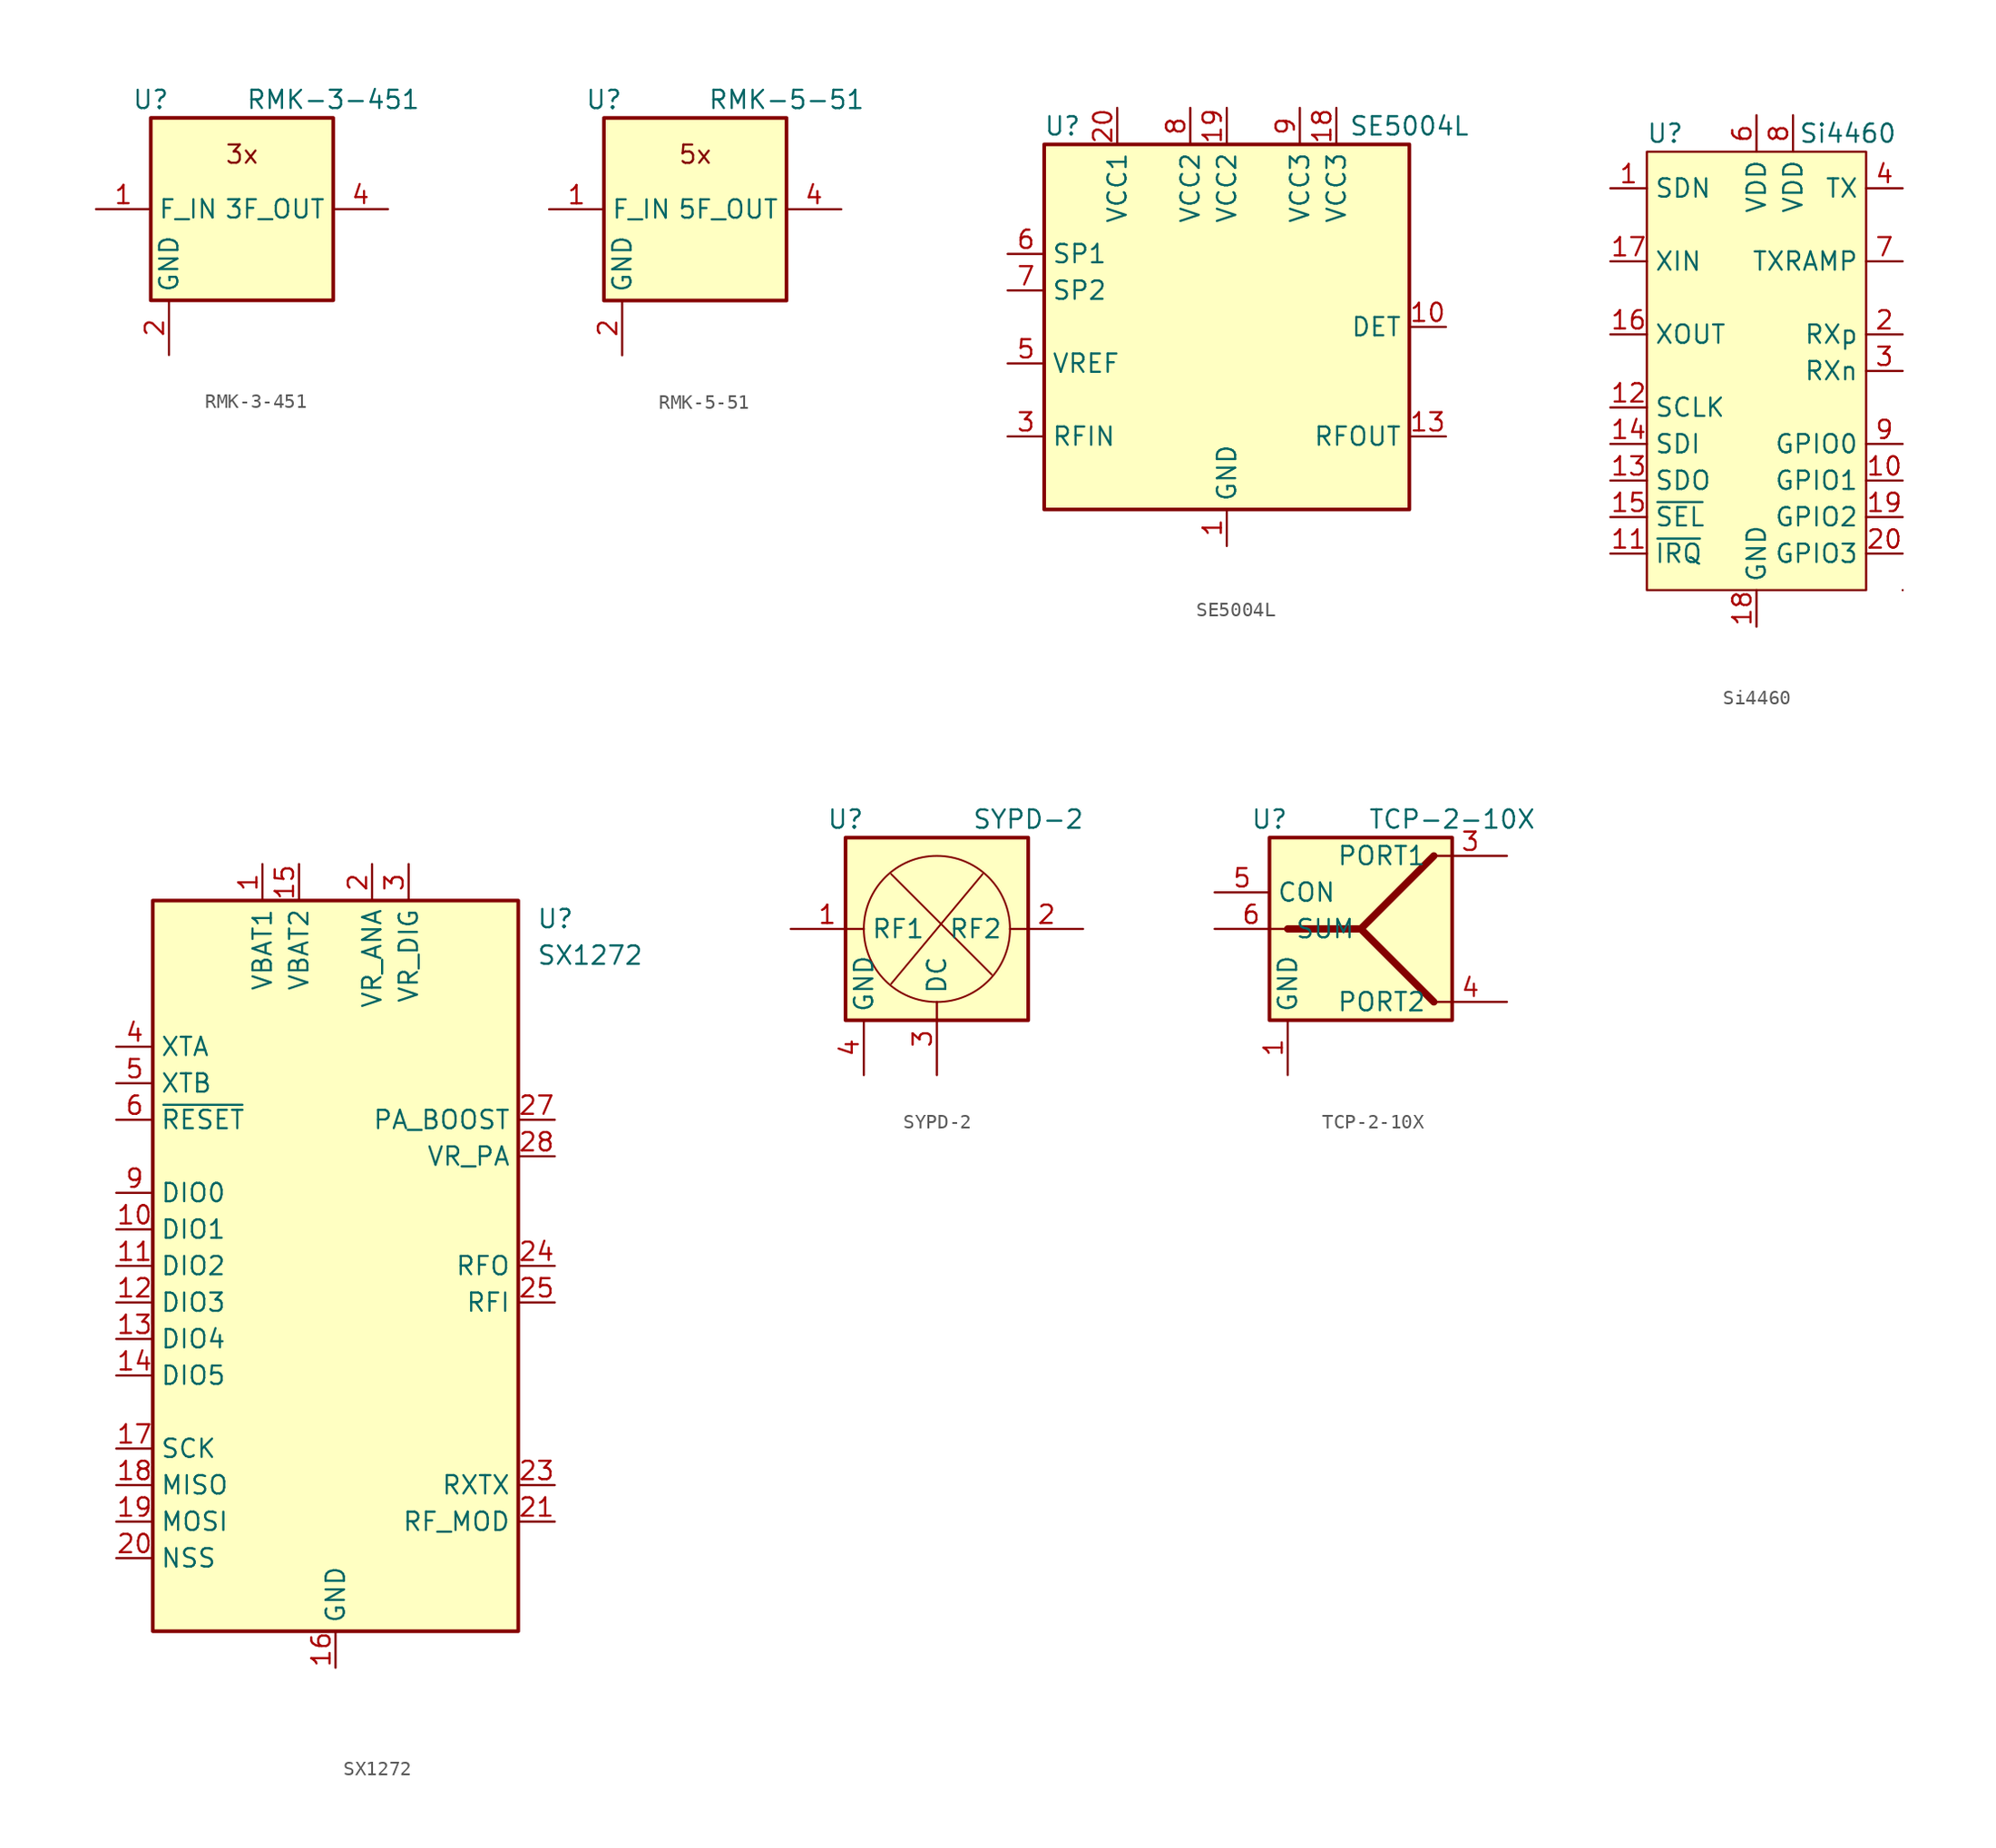
<source format=kicad_sym>
(kicad_symbol_lib
  (version 20241209)
  (generator "kicad_symbol_editor")
  (generator_version "9.0")
  (symbol "RMK-3-451"
    (property "Reference" "U"
      (at -6.35 7.62 0)
      (effects (font (size 1.27 1.27))))
    (property "Value" "RMK-3-451"
      (at 6.35 7.62 0)
      (effects (font (size 1.27 1.27))))
    (symbol "RMK-3-451_0_0"
      (text "3x" (at 0 3.81 0) (effects (font (size 1.27 1.27)))))
    (symbol "RMK-3-451_0_1"
      (rectangle (start -6.35 6.35) (end 6.35 -6.35) (stroke (width 0.254) (type default)) (fill (type background))))
    (symbol "RMK-3-451_1_1"
      (pin input line (at -10.16 0 0) (length 3.81) (name "F_IN" (effects (font (size 1.27 1.27)))) (number "1" (effects (font (size 1.27 1.27)))))
      (pin power_in line (at -5.08 -10.16 90) (length 3.81) (name "GND" (effects (font (size 1.27 1.27)))) (number "2" (effects (font (size 1.27 1.27)))))
      (pin passive line (at -5.08 -10.16 90) (length 3.81) (hide yes) (name "GND" (effects (font (size 1.27 1.27)))) (number "3" (effects (font (size 1.27 1.27)))))
      (pin passive line (at -5.08 -10.16 90) (length 3.81) (hide yes) (name "GND" (effects (font (size 1.27 1.27)))) (number "5" (effects (font (size 1.27 1.27)))))
      (pin passive line (at -5.08 -10.16 90) (length 3.81) (hide yes) (name "GND" (effects (font (size 1.27 1.27)))) (number "6" (effects (font (size 1.27 1.27)))))
      (pin output line (at 10.16 0 180) (length 3.81) (name "3F_OUT" (effects (font (size 1.27 1.27)))) (number "4" (effects (font (size 1.27 1.27)))))))
  (symbol "RMK-5-51"
    (property "Reference" "U"
      (at -6.35 7.62 0)
      (effects (font (size 1.27 1.27))))
    (property "Value" "RMK-5-51"
      (at 6.35 7.62 0)
      (effects (font (size 1.27 1.27))))
    (symbol "RMK-5-51_0_0"
      (text "5x" (at 0 3.81 0) (effects (font (size 1.27 1.27)))))
    (symbol "RMK-5-51_0_1"
      (rectangle (start -6.35 6.35) (end 6.35 -6.35) (stroke (width 0.254) (type default)) (fill (type background))))
    (symbol "RMK-5-51_1_1"
      (pin input line (at -10.16 0 0) (length 3.81) (name "F_IN" (effects (font (size 1.27 1.27)))) (number "1" (effects (font (size 1.27 1.27)))))
      (pin power_in line (at -5.08 -10.16 90) (length 3.81) (name "GND" (effects (font (size 1.27 1.27)))) (number "2" (effects (font (size 1.27 1.27)))))
      (pin passive line (at -5.08 -10.16 90) (length 3.81) (hide yes) (name "GND" (effects (font (size 1.27 1.27)))) (number "3" (effects (font (size 1.27 1.27)))))
      (pin passive line (at -5.08 -10.16 90) (length 3.81) (hide yes) (name "GND" (effects (font (size 1.27 1.27)))) (number "5" (effects (font (size 1.27 1.27)))))
      (pin passive line (at -5.08 -10.16 90) (length 3.81) (hide yes) (name "GND" (effects (font (size 1.27 1.27)))) (number "6" (effects (font (size 1.27 1.27)))))
      (pin output line (at 10.16 0 180) (length 3.81) (name "5F_OUT" (effects (font (size 1.27 1.27)))) (number "4" (effects (font (size 1.27 1.27)))))))
  (symbol "SE5004L"
    (property "Reference" "U"
      (at -11.43 13.97 0)
      (effects (font (size 1.27 1.27))))
    (property "Value" "SE5004L"
      (at 12.7 13.97 0)
      (effects (font (size 1.27 1.27))))
    (symbol "SE5004L_0_1"
      (rectangle (start -12.7 12.7) (end 12.7 -12.7) (stroke (width 0.254) (type default)) (fill (type background))))
    (symbol "SE5004L_1_1"
      (pin passive line (at -15.24 5.08 0) (length 2.54) (name "SP1" (effects (font (size 1.27 1.27)))) (number "6" (effects (font (size 1.27 1.27)))))
      (pin passive line (at -15.24 2.54 0) (length 2.54) (name "SP2" (effects (font (size 1.27 1.27)))) (number "7" (effects (font (size 1.27 1.27)))))
      (pin input line (at -15.24 -2.54 0) (length 2.54) (name "VREF" (effects (font (size 1.27 1.27)))) (number "5" (effects (font (size 1.27 1.27)))))
      (pin input line (at -15.24 -7.62 0) (length 2.54) (name "RFIN" (effects (font (size 1.27 1.27)))) (number "3" (effects (font (size 1.27 1.27)))))
      (pin power_in line (at -7.62 15.24 270) (length 2.54) (name "VCC1" (effects (font (size 1.27 1.27)))) (number "20" (effects (font (size 1.27 1.27)))))
      (pin power_in line (at -2.54 15.24 270) (length 2.54) (name "VCC2" (effects (font (size 1.27 1.27)))) (number "8" (effects (font (size 1.27 1.27)))))
      (pin power_in line (at 0 15.24 270) (length 2.54) (name "VCC2" (effects (font (size 1.27 1.27)))) (number "19" (effects (font (size 1.27 1.27)))))
      (pin power_in line (at 0 -15.24 90) (length 2.54) (name "GND" (effects (font (size 1.27 1.27)))) (number "1" (effects (font (size 1.27 1.27)))))
      (pin passive line (at 0 -15.24 90) (length 2.54) (hide yes) (name "GND" (effects (font (size 1.27 1.27)))) (number "11" (effects (font (size 1.27 1.27)))))
      (pin passive line (at 0 -15.24 90) (length 2.54) (hide yes) (name "GND" (effects (font (size 1.27 1.27)))) (number "12" (effects (font (size 1.27 1.27)))))
      (pin passive line (at 0 -15.24 90) (length 2.54) (hide yes) (name "GND" (effects (font (size 1.27 1.27)))) (number "14" (effects (font (size 1.27 1.27)))))
      (pin passive line (at 0 -15.24 90) (length 2.54) (hide yes) (name "GND" (effects (font (size 1.27 1.27)))) (number "15" (effects (font (size 1.27 1.27)))))
      (pin passive line (at 0 -15.24 90) (length 2.54) (hide yes) (name "GND" (effects (font (size 1.27 1.27)))) (number "16" (effects (font (size 1.27 1.27)))))
      (pin passive line (at 0 -15.24 90) (length 2.54) (hide yes) (name "GND" (effects (font (size 1.27 1.27)))) (number "17" (effects (font (size 1.27 1.27)))))
      (pin passive line (at 0 -15.24 90) (length 2.54) (hide yes) (name "GND" (effects (font (size 1.27 1.27)))) (number "2" (effects (font (size 1.27 1.27)))))
      (pin passive line (at 0 -15.24 90) (length 2.54) (hide yes) (name "GND" (effects (font (size 1.27 1.27)))) (number "21" (effects (font (size 1.27 1.27)))))
      (pin passive line (at 0 -15.24 90) (length 2.54) (hide yes) (name "GND" (effects (font (size 1.27 1.27)))) (number "4" (effects (font (size 1.27 1.27)))))
      (pin power_in line (at 5.08 15.24 270) (length 2.54) (name "VCC3" (effects (font (size 1.27 1.27)))) (number "9" (effects (font (size 1.27 1.27)))))
      (pin power_in line (at 7.62 15.24 270) (length 2.54) (name "VCC3" (effects (font (size 1.27 1.27)))) (number "18" (effects (font (size 1.27 1.27)))))
      (pin output line (at 15.24 0 180) (length 2.54) (name "DET" (effects (font (size 1.27 1.27)))) (number "10" (effects (font (size 1.27 1.27)))))
      (pin output line (at 15.24 -7.62 180) (length 2.54) (name "RFOUT" (effects (font (size 1.27 1.27)))) (number "13" (effects (font (size 1.27 1.27)))))))
  (symbol "Si4460"
    (property "Reference" "U"
      (at -6.35 16.51 0)
      (effects (font (size 1.27 1.27))))
    (property "Value" "Si4460"
      (at 6.35 16.51 0)
      (effects (font (size 1.27 1.27))))
    (symbol "Si4460_0_1"
      (rectangle (start -7.62 15.24) (end 7.62 -15.24) (stroke (width 0) (type default)) (fill (type background)))
      (rectangle (start 10.16 -15.24) (end 10.16 -15.24) (stroke (width 0) (type default)) (fill (type none))))
    (symbol "Si4460_1_1"
      (pin input line (at -10.16 12.7 0) (length 2.54) (name "SDN" (effects (font (size 1.27 1.27)))) (number "1" (effects (font (size 1.27 1.27)))))
      (pin input line (at -10.16 7.62 0) (length 2.54) (name "XIN" (effects (font (size 1.27 1.27)))) (number "17" (effects (font (size 1.27 1.27)))))
      (pin passive line (at -10.16 2.54 0) (length 2.54) (name "XOUT" (effects (font (size 1.27 1.27)))) (number "16" (effects (font (size 1.27 1.27)))))
      (pin input line (at -10.16 -2.54 0) (length 2.54) (name "SCLK" (effects (font (size 1.27 1.27)))) (number "12" (effects (font (size 1.27 1.27)))))
      (pin input line (at -10.16 -5.08 0) (length 2.54) (name "SDI" (effects (font (size 1.27 1.27)))) (number "14" (effects (font (size 1.27 1.27)))))
      (pin output line (at -10.16 -7.62 0) (length 2.54) (name "SDO" (effects (font (size 1.27 1.27)))) (number "13" (effects (font (size 1.27 1.27)))))
      (pin input line (at -10.16 -10.16 0) (length 2.54) (name "~{SEL}" (effects (font (size 1.27 1.27)))) (number "15" (effects (font (size 1.27 1.27)))))
      (pin open_collector line (at -10.16 -12.7 0) (length 2.54) (name "~{IRQ}" (effects (font (size 1.27 1.27)))) (number "11" (effects (font (size 1.27 1.27)))))
      (pin power_in line (at 0 17.78 270) (length 2.54) (name "VDD" (effects (font (size 1.27 1.27)))) (number "6" (effects (font (size 1.27 1.27)))))
      (pin power_in line (at 0 -17.78 90) (length 2.54) (name "GND" (effects (font (size 1.27 1.27)))) (number "18" (effects (font (size 1.27 1.27)))))
      (pin passive line (at 0 -17.78 90) (length 2.54) (hide yes) (name "GND" (effects (font (size 1.27 1.27)))) (number "21" (effects (font (size 1.27 1.27)))))
      (pin power_in line (at 2.54 17.78 270) (length 2.54) (name "VDD" (effects (font (size 1.27 1.27)))) (number "8" (effects (font (size 1.27 1.27)))))
      (pin no_connect line (at 7.62 -15.24 180) (length 2.54) (hide yes) (name "NC" (effects (font (size 1.27 1.27)))) (number "5" (effects (font (size 1.27 1.27)))))
      (pin output line (at 10.16 12.7 180) (length 2.54) (name "TX" (effects (font (size 1.27 1.27)))) (number "4" (effects (font (size 1.27 1.27)))))
      (pin output line (at 10.16 7.62 180) (length 2.54) (name "TXRAMP" (effects (font (size 1.27 1.27)))) (number "7" (effects (font (size 1.27 1.27)))))
      (pin input line (at 10.16 2.54 180) (length 2.54) (name "RXp" (effects (font (size 1.27 1.27)))) (number "2" (effects (font (size 1.27 1.27)))))
      (pin input line (at 10.16 0 180) (length 2.54) (name "RXn" (effects (font (size 1.27 1.27)))) (number "3" (effects (font (size 1.27 1.27)))))
      (pin bidirectional line (at 10.16 -5.08 180) (length 2.54) (name "GPIO0" (effects (font (size 1.27 1.27)))) (number "9" (effects (font (size 1.27 1.27)))))
      (pin bidirectional line (at 10.16 -7.62 180) (length 2.54) (name "GPIO1" (effects (font (size 1.27 1.27)))) (number "10" (effects (font (size 1.27 1.27)))))
      (pin bidirectional line (at 10.16 -10.16 180) (length 2.54) (name "GPIO2" (effects (font (size 1.27 1.27)))) (number "19" (effects (font (size 1.27 1.27)))))
      (pin bidirectional line (at 10.16 -12.7 180) (length 2.54) (name "GPIO3" (effects (font (size 1.27 1.27)))) (number "20" (effects (font (size 1.27 1.27)))))))
  (symbol "SX1272"
    (property "Reference" "U"
      (at 13.97 24.13 0)
      (effects (font (size 1.27 1.27)) (justify left)))
    (property "Value" "SX1272"
      (at 13.97 21.59 0)
      (effects (font (size 1.27 1.27)) (justify left)))
    (symbol "SX1272_0_1"
      (rectangle (start -12.7 25.4) (end 12.7 -25.4) (stroke (width 0.254) (type default)) (fill (type background))))
    (symbol "SX1272_1_1"
      (pin bidirectional line (at -15.24 15.24 0) (length 2.54) (name "XTA" (effects (font (size 1.27 1.27)))) (number "4" (effects (font (size 1.27 1.27)))))
      (pin bidirectional line (at -15.24 12.7 0) (length 2.54) (name "XTB" (effects (font (size 1.27 1.27)))) (number "5" (effects (font (size 1.27 1.27)))))
      (pin input line (at -15.24 10.16 0) (length 2.54) (name "~{RESET}" (effects (font (size 1.27 1.27)))) (number "6" (effects (font (size 1.27 1.27)))))
      (pin bidirectional line (at -15.24 5.08 0) (length 2.54) (name "DIO0" (effects (font (size 1.27 1.27)))) (number "9" (effects (font (size 1.27 1.27)))))
      (pin bidirectional line (at -15.24 2.54 0) (length 2.54) (name "DIO1" (effects (font (size 1.27 1.27)))) (number "10" (effects (font (size 1.27 1.27)))))
      (pin bidirectional line (at -15.24 0 0) (length 2.54) (name "DIO2" (effects (font (size 1.27 1.27)))) (number "11" (effects (font (size 1.27 1.27)))))
      (pin bidirectional line (at -15.24 -2.54 0) (length 2.54) (name "DIO3" (effects (font (size 1.27 1.27)))) (number "12" (effects (font (size 1.27 1.27)))))
      (pin bidirectional line (at -15.24 -5.08 0) (length 2.54) (name "DIO4" (effects (font (size 1.27 1.27)))) (number "13" (effects (font (size 1.27 1.27)))))
      (pin bidirectional line (at -15.24 -7.62 0) (length 2.54) (name "DIO5" (effects (font (size 1.27 1.27)))) (number "14" (effects (font (size 1.27 1.27)))))
      (pin input line (at -15.24 -12.7 0) (length 2.54) (name "SCK" (effects (font (size 1.27 1.27)))) (number "17" (effects (font (size 1.27 1.27)))))
      (pin output line (at -15.24 -15.24 0) (length 2.54) (name "MISO" (effects (font (size 1.27 1.27)))) (number "18" (effects (font (size 1.27 1.27)))))
      (pin input line (at -15.24 -17.78 0) (length 2.54) (name "MOSI" (effects (font (size 1.27 1.27)))) (number "19" (effects (font (size 1.27 1.27)))))
      (pin input line (at -15.24 -20.32 0) (length 2.54) (name "NSS" (effects (font (size 1.27 1.27)))) (number "20" (effects (font (size 1.27 1.27)))))
      (pin power_in line (at -5.08 27.94 270) (length 2.54) (name "VBAT1" (effects (font (size 1.27 1.27)))) (number "1" (effects (font (size 1.27 1.27)))))
      (pin power_in line (at -2.54 27.94 270) (length 2.54) (name "VBAT2" (effects (font (size 1.27 1.27)))) (number "15" (effects (font (size 1.27 1.27)))))
      (pin power_in line (at 0 -27.94 90) (length 2.54) (name "GND" (effects (font (size 1.27 1.27)))) (number "16" (effects (font (size 1.27 1.27)))))
      (pin passive line (at 0 -27.94 90) (length 2.54) (hide yes) (name "GND" (effects (font (size 1.27 1.27)))) (number "22" (effects (font (size 1.27 1.27)))))
      (pin passive line (at 0 -27.94 90) (length 2.54) (hide yes) (name "GND" (effects (font (size 1.27 1.27)))) (number "26" (effects (font (size 1.27 1.27)))))
      (pin passive line (at 0 -27.94 90) (length 2.54) (hide yes) (name "GND" (effects (font (size 1.27 1.27)))) (number "29" (effects (font (size 1.27 1.27)))))
      (pin power_in line (at 2.54 27.94 270) (length 2.54) (name "VR_ANA" (effects (font (size 1.27 1.27)))) (number "2" (effects (font (size 1.27 1.27)))))
      (pin power_in line (at 5.08 27.94 270) (length 2.54) (name "VR_DIG" (effects (font (size 1.27 1.27)))) (number "3" (effects (font (size 1.27 1.27)))))
      (pin no_connect line (at 12.7 -5.08 180) (length 2.54) (hide yes) (name "NC" (effects (font (size 1.27 1.27)))) (number "8" (effects (font (size 1.27 1.27)))))
      (pin no_connect line (at 12.7 -7.62 180) (length 2.54) (hide yes) (name "NC" (effects (font (size 1.27 1.27)))) (number "7" (effects (font (size 1.27 1.27)))))
      (pin power_out line (at 15.24 10.16 180) (length 2.54) (name "PA_BOOST" (effects (font (size 1.27 1.27)))) (number "27" (effects (font (size 1.27 1.27)))))
      (pin power_out line (at 15.24 7.62 180) (length 2.54) (name "VR_PA" (effects (font (size 1.27 1.27)))) (number "28" (effects (font (size 1.27 1.27)))))
      (pin output line (at 15.24 0 180) (length 2.54) (name "RFO" (effects (font (size 1.27 1.27)))) (number "24" (effects (font (size 1.27 1.27)))))
      (pin input line (at 15.24 -2.54 180) (length 2.54) (name "RFI" (effects (font (size 1.27 1.27)))) (number "25" (effects (font (size 1.27 1.27)))))
      (pin output line (at 15.24 -15.24 180) (length 2.54) (name "RXTX" (effects (font (size 1.27 1.27)))) (number "23" (effects (font (size 1.27 1.27)))))
      (pin output line (at 15.24 -17.78 180) (length 2.54) (name "RF_MOD" (effects (font (size 1.27 1.27)))) (number "21" (effects (font (size 1.27 1.27)))))))
  (symbol "SYPD-2"
    (property "Reference" "U"
      (at -6.35 7.62 0)
      (effects (font (size 1.27 1.27))))
    (property "Value" "SYPD-2"
      (at 6.35 7.62 0)
      (effects (font (size 1.27 1.27))))
    (symbol "SYPD-2_0_1"
      (rectangle (start -6.35 6.35) (end 6.35 -6.35) (stroke (width 0.254) (type default)) (fill (type background)))
      (polyline (pts (xy -3.175 -3.81) (xy 3.175 3.81)) (stroke (width 0.127) (type default)) (fill (type none)))
      (circle (center 0 0) (radius 5.08) (stroke (width 0.127) (type default)) (fill (type none)))
      (polyline (pts (xy 3.81 -3.175) (xy -3.175 3.81)) (stroke (width 0.127) (type default)) (fill (type none))))
    (symbol "SYPD-2_1_1"
      (pin input line (at -10.16 0 0) (length 5.08) (name "RF1" (effects (font (size 1.27 1.27)))) (number "1" (effects (font (size 1.27 1.27)))))
      (pin power_in line (at -5.08 -10.16 90) (length 3.81) (name "GND" (effects (font (size 1.27 1.27)))) (number "4" (effects (font (size 1.27 1.27)))))
      (pin passive line (at -5.08 -10.16 90) (length 3.81) (hide yes) (name "GND" (effects (font (size 1.27 1.27)))) (number "5" (effects (font (size 1.27 1.27)))))
      (pin passive line (at -5.08 -10.16 90) (length 3.81) (hide yes) (name "GND" (effects (font (size 1.27 1.27)))) (number "6" (effects (font (size 1.27 1.27)))))
      (pin output line (at 0 -10.16 90) (length 5.08) (name "DC" (effects (font (size 1.27 1.27)))) (number "3" (effects (font (size 1.27 1.27)))))
      (pin input line (at 10.16 0 180) (length 5.08) (name "RF2" (effects (font (size 1.27 1.27)))) (number "2" (effects (font (size 1.27 1.27)))))))
  (symbol "TCP-2-10X"
    (property "Reference" "U"
      (at -6.35 7.62 0)
      (effects (font (size 1.27 1.27))))
    (property "Value" "TCP-2-10X"
      (at 6.35 7.62 0)
      (effects (font (size 1.27 1.27))))
    (symbol "TCP-2-10X_0_1"
      (rectangle (start -6.35 6.35) (end 6.35 -6.35) (stroke (width 0.254) (type default)) (fill (type background)))
      (polyline (pts (xy -5.08 0) (xy 0 0) (xy 5.08 5.08)) (stroke (width 0.508) (type default)) (fill (type none)))
      (polyline (pts (xy 0 0) (xy 5.08 -5.08)) (stroke (width 0.508) (type default)) (fill (type none))))
    (symbol "TCP-2-10X_1_1"
      (pin passive line (at -10.16 2.54 0) (length 3.81) (hide yes) (name "CON" (effects (font (size 1.27 1.27)))) (number "2" (effects (font (size 1.27 1.27)))))
      (pin passive line (at -10.16 2.54 0) (length 3.81) (name "CON" (effects (font (size 1.27 1.27)))) (number "5" (effects (font (size 1.27 1.27)))))
      (pin passive line (at -10.16 0 0) (length 5.08) (name "SUM" (effects (font (size 1.27 1.27)))) (number "6" (effects (font (size 1.27 1.27)))))
      (pin passive line (at -5.08 -10.16 90) (length 3.81) (name "GND" (effects (font (size 1.27 1.27)))) (number "1" (effects (font (size 1.27 1.27)))))
      (pin passive line (at 10.16 5.08 180) (length 5.08) (name "PORT1" (effects (font (size 1.27 1.27)))) (number "3" (effects (font (size 1.27 1.27)))))
      (pin passive line (at 10.16 -5.08 180) (length 5.08) (name "PORT2" (effects (font (size 1.27 1.27)))) (number "4" (effects (font (size 1.27 1.27))))))))
</source>
